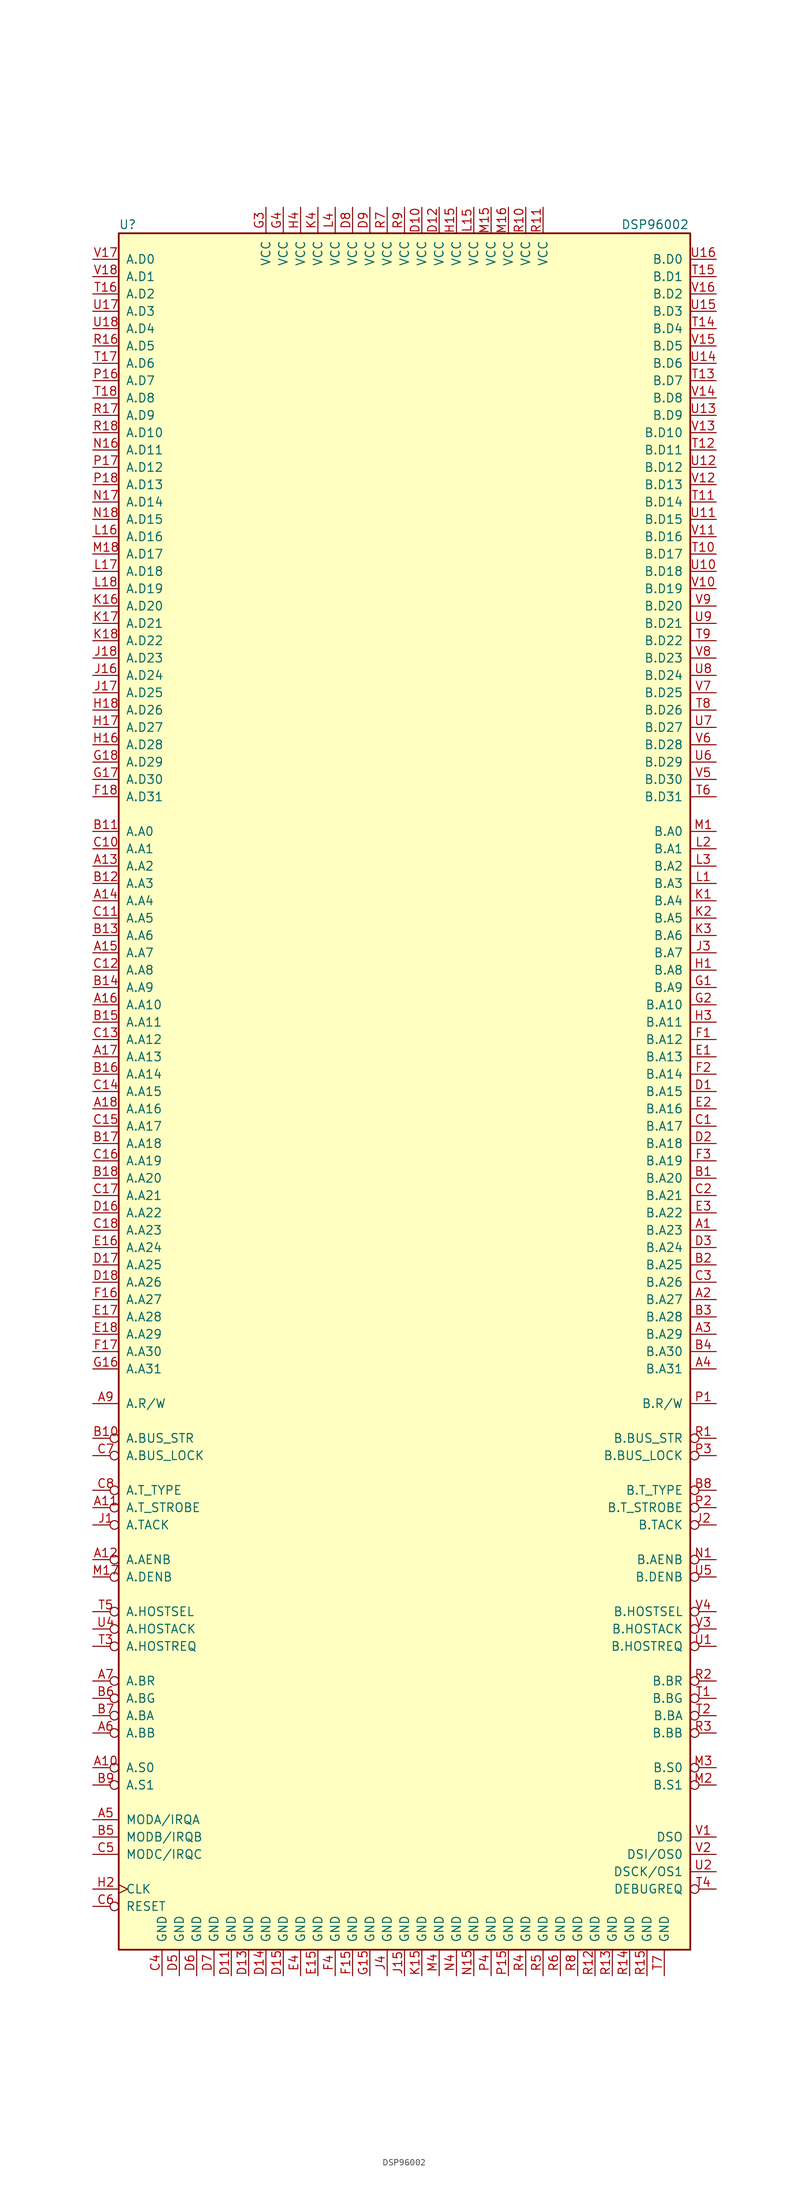
<source format=kicad_sym>
(kicad_symbol_lib
  (version 20201005)
  (generator kicad_symbol_editor)
  (symbol "DSP_Freescale:DSP96002"
    (pin_names
      (offset 1.016))
    (property "Reference" "U"
      (at -41.91 127 0)
      (effects (font (size 1.27 1.27)) (justify left)))
    (property "Value" "DSP96002"
      (at 31.75 127 0)
      (effects (font (size 1.27 1.27)) (justify left)))
    (symbol "DSP96002_0_1"
      (rectangle (start -41.91 -125.73) (end 41.91 125.73) (stroke (width 0.254)) (fill (type background))))
    (symbol "DSP96002_1_1"
      (pin tri_state line (at 45.72 -20.32 180) (length 3.81) (name "B.A23" (effects (font (size 1.27 1.27)))) (number "A1" (effects (font (size 1.27 1.27)))))
      (pin tri_state line (at 45.72 -12.7 180) (length 3.81) (name "B.A20" (effects (font (size 1.27 1.27)))) (number "B1" (effects (font (size 1.27 1.27)))))
      (pin tri_state line (at 45.72 -5.08 180) (length 3.81) (name "B.A17" (effects (font (size 1.27 1.27)))) (number "C1" (effects (font (size 1.27 1.27)))))
      (pin tri_state line (at 45.72 0 180) (length 3.81) (name "B.A15" (effects (font (size 1.27 1.27)))) (number "D1" (effects (font (size 1.27 1.27)))))
      (pin tri_state line (at 45.72 5.08 180) (length 3.81) (name "B.A13" (effects (font (size 1.27 1.27)))) (number "E1" (effects (font (size 1.27 1.27)))))
      (pin tri_state line (at 45.72 7.62 180) (length 3.81) (name "B.A12" (effects (font (size 1.27 1.27)))) (number "F1" (effects (font (size 1.27 1.27)))))
      (pin tri_state line (at 45.72 15.24 180) (length 3.81) (name "B.A9" (effects (font (size 1.27 1.27)))) (number "G1" (effects (font (size 1.27 1.27)))))
      (pin tri_state line (at 45.72 17.78 180) (length 3.81) (name "B.A8" (effects (font (size 1.27 1.27)))) (number "H1" (effects (font (size 1.27 1.27)))))
      (pin input inverted (at -45.72 -63.5 0) (length 3.81) (name "A.TACK" (effects (font (size 1.27 1.27)))) (number "J1" (effects (font (size 1.27 1.27)))))
      (pin tri_state line (at 45.72 27.94 180) (length 3.81) (name "B.A4" (effects (font (size 1.27 1.27)))) (number "K1" (effects (font (size 1.27 1.27)))))
      (pin tri_state line (at 45.72 30.48 180) (length 3.81) (name "B.A3" (effects (font (size 1.27 1.27)))) (number "L1" (effects (font (size 1.27 1.27)))))
      (pin tri_state line (at 45.72 38.1 180) (length 3.81) (name "B.A0" (effects (font (size 1.27 1.27)))) (number "M1" (effects (font (size 1.27 1.27)))))
      (pin input inverted (at 45.72 -68.58 180) (length 3.81) (name "B.AENB" (effects (font (size 1.27 1.27)))) (number "N1" (effects (font (size 1.27 1.27)))))
      (pin tri_state line (at 45.72 -45.72 180) (length 3.81) (name "B.R/W" (effects (font (size 1.27 1.27)))) (number "P1" (effects (font (size 1.27 1.27)))))
      (pin output inverted (at 45.72 -50.8 180) (length 3.81) (name "B.BUS_STR" (effects (font (size 1.27 1.27)))) (number "R1" (effects (font (size 1.27 1.27)))))
      (pin input inverted (at 45.72 -88.9 180) (length 3.81) (name "B.BG" (effects (font (size 1.27 1.27)))) (number "T1" (effects (font (size 1.27 1.27)))))
      (pin output inverted (at 45.72 -81.28 180) (length 3.81) (name "B.HOSTREQ" (effects (font (size 1.27 1.27)))) (number "U1" (effects (font (size 1.27 1.27)))))
      (pin output line (at 45.72 -109.22 180) (length 3.81) (name "DSO" (effects (font (size 1.27 1.27)))) (number "V1" (effects (font (size 1.27 1.27)))))
      (pin tri_state line (at 45.72 -30.48 180) (length 3.81) (name "B.A27" (effects (font (size 1.27 1.27)))) (number "A2" (effects (font (size 1.27 1.27)))))
      (pin tri_state line (at 45.72 -25.4 180) (length 3.81) (name "B.A25" (effects (font (size 1.27 1.27)))) (number "B2" (effects (font (size 1.27 1.27)))))
      (pin tri_state line (at 45.72 -15.24 180) (length 3.81) (name "B.A21" (effects (font (size 1.27 1.27)))) (number "C2" (effects (font (size 1.27 1.27)))))
      (pin tri_state line (at 45.72 -7.62 180) (length 3.81) (name "B.A18" (effects (font (size 1.27 1.27)))) (number "D2" (effects (font (size 1.27 1.27)))))
      (pin tri_state line (at 45.72 -2.54 180) (length 3.81) (name "B.A16" (effects (font (size 1.27 1.27)))) (number "E2" (effects (font (size 1.27 1.27)))))
      (pin tri_state line (at 45.72 2.54 180) (length 3.81) (name "B.A14" (effects (font (size 1.27 1.27)))) (number "F2" (effects (font (size 1.27 1.27)))))
      (pin tri_state line (at 45.72 12.7 180) (length 3.81) (name "B.A10" (effects (font (size 1.27 1.27)))) (number "G2" (effects (font (size 1.27 1.27)))))
      (pin input clock (at -45.72 -116.84 0) (length 3.81) (name "CLK" (effects (font (size 1.27 1.27)))) (number "H2" (effects (font (size 1.27 1.27)))))
      (pin input inverted (at 45.72 -63.5 180) (length 3.81) (name "B.TACK" (effects (font (size 1.27 1.27)))) (number "J2" (effects (font (size 1.27 1.27)))))
      (pin tri_state line (at 45.72 25.4 180) (length 3.81) (name "B.A5" (effects (font (size 1.27 1.27)))) (number "K2" (effects (font (size 1.27 1.27)))))
      (pin tri_state line (at 45.72 35.56 180) (length 3.81) (name "B.A1" (effects (font (size 1.27 1.27)))) (number "L2" (effects (font (size 1.27 1.27)))))
      (pin tri_state inverted (at 45.72 -101.6 180) (length 3.81) (name "B.S1" (effects (font (size 1.27 1.27)))) (number "M2" (effects (font (size 1.27 1.27)))))
      (pin tri_state inverted (at 45.72 -60.96 180) (length 3.81) (name "B.T_STROBE" (effects (font (size 1.27 1.27)))) (number "P2" (effects (font (size 1.27 1.27)))))
      (pin output inverted (at 45.72 -86.36 180) (length 3.81) (name "B.BR" (effects (font (size 1.27 1.27)))) (number "R2" (effects (font (size 1.27 1.27)))))
      (pin open_collector inverted (at 45.72 -91.44 180) (length 3.81) (name "B.BA" (effects (font (size 1.27 1.27)))) (number "T2" (effects (font (size 1.27 1.27)))))
      (pin bidirectional line (at 45.72 -114.3 180) (length 3.81) (name "DSCK/OS1" (effects (font (size 1.27 1.27)))) (number "U2" (effects (font (size 1.27 1.27)))))
      (pin bidirectional line (at 45.72 -111.76 180) (length 3.81) (name "DSI/OS0" (effects (font (size 1.27 1.27)))) (number "V2" (effects (font (size 1.27 1.27)))))
      (pin tri_state line (at 45.72 -35.56 180) (length 3.81) (name "B.A29" (effects (font (size 1.27 1.27)))) (number "A3" (effects (font (size 1.27 1.27)))))
      (pin tri_state line (at 45.72 -33.02 180) (length 3.81) (name "B.A28" (effects (font (size 1.27 1.27)))) (number "B3" (effects (font (size 1.27 1.27)))))
      (pin tri_state line (at 45.72 -27.94 180) (length 3.81) (name "B.A26" (effects (font (size 1.27 1.27)))) (number "C3" (effects (font (size 1.27 1.27)))))
      (pin tri_state line (at 45.72 -22.86 180) (length 3.81) (name "B.A24" (effects (font (size 1.27 1.27)))) (number "D3" (effects (font (size 1.27 1.27)))))
      (pin tri_state line (at 45.72 -17.78 180) (length 3.81) (name "B.A22" (effects (font (size 1.27 1.27)))) (number "E3" (effects (font (size 1.27 1.27)))))
      (pin tri_state line (at 45.72 -10.16 180) (length 3.81) (name "B.A19" (effects (font (size 1.27 1.27)))) (number "F3" (effects (font (size 1.27 1.27)))))
      (pin power_in line (at -20.32 129.54 270) (length 3.81) (name "VCC" (effects (font (size 1.27 1.27)))) (number "G3" (effects (font (size 1.27 1.27)))))
      (pin tri_state line (at 45.72 10.16 180) (length 3.81) (name "B.A11" (effects (font (size 1.27 1.27)))) (number "H3" (effects (font (size 1.27 1.27)))))
      (pin tri_state line (at 45.72 20.32 180) (length 3.81) (name "B.A7" (effects (font (size 1.27 1.27)))) (number "J3" (effects (font (size 1.27 1.27)))))
      (pin tri_state line (at 45.72 22.86 180) (length 3.81) (name "B.A6" (effects (font (size 1.27 1.27)))) (number "K3" (effects (font (size 1.27 1.27)))))
      (pin tri_state line (at 45.72 33.02 180) (length 3.81) (name "B.A2" (effects (font (size 1.27 1.27)))) (number "L3" (effects (font (size 1.27 1.27)))))
      (pin tri_state inverted (at 45.72 -99.06 180) (length 3.81) (name "B.S0" (effects (font (size 1.27 1.27)))) (number "M3" (effects (font (size 1.27 1.27)))))
      (pin output inverted (at 45.72 -53.34 180) (length 3.81) (name "B.BUS_LOCK" (effects (font (size 1.27 1.27)))) (number "P3" (effects (font (size 1.27 1.27)))))
      (pin input inverted (at 45.72 -93.98 180) (length 3.81) (name "B.BB" (effects (font (size 1.27 1.27)))) (number "R3" (effects (font (size 1.27 1.27)))))
      (pin output inverted (at -45.72 -81.28 0) (length 3.81) (name "A.HOSTREQ" (effects (font (size 1.27 1.27)))) (number "T3" (effects (font (size 1.27 1.27)))))
      (pin input inverted (at 45.72 -78.74 180) (length 3.81) (name "B.HOSTACK" (effects (font (size 1.27 1.27)))) (number "V3" (effects (font (size 1.27 1.27)))))
      (pin tri_state line (at 45.72 -40.64 180) (length 3.81) (name "B.A31" (effects (font (size 1.27 1.27)))) (number "A4" (effects (font (size 1.27 1.27)))))
      (pin tri_state line (at 45.72 -38.1 180) (length 3.81) (name "B.A30" (effects (font (size 1.27 1.27)))) (number "B4" (effects (font (size 1.27 1.27)))))
      (pin power_in line (at -35.56 -129.54 90) (length 3.81) (name "GND" (effects (font (size 1.27 1.27)))) (number "C4" (effects (font (size 1.27 1.27)))))
      (pin power_in line (at -15.24 -129.54 90) (length 3.81) (name "GND" (effects (font (size 1.27 1.27)))) (number "E4" (effects (font (size 1.27 1.27)))))
      (pin power_in line (at -10.16 -129.54 90) (length 3.81) (name "GND" (effects (font (size 1.27 1.27)))) (number "F4" (effects (font (size 1.27 1.27)))))
      (pin power_in line (at -17.78 129.54 270) (length 3.81) (name "VCC" (effects (font (size 1.27 1.27)))) (number "G4" (effects (font (size 1.27 1.27)))))
      (pin power_in line (at -15.24 129.54 270) (length 3.81) (name "VCC" (effects (font (size 1.27 1.27)))) (number "H4" (effects (font (size 1.27 1.27)))))
      (pin power_in line (at -2.54 -129.54 90) (length 3.81) (name "GND" (effects (font (size 1.27 1.27)))) (number "J4" (effects (font (size 1.27 1.27)))))
      (pin power_in line (at -12.7 129.54 270) (length 3.81) (name "VCC" (effects (font (size 1.27 1.27)))) (number "K4" (effects (font (size 1.27 1.27)))))
      (pin power_in line (at -10.16 129.54 270) (length 3.81) (name "VCC" (effects (font (size 1.27 1.27)))) (number "L4" (effects (font (size 1.27 1.27)))))
      (pin power_in line (at 5.08 -129.54 90) (length 3.81) (name "GND" (effects (font (size 1.27 1.27)))) (number "M4" (effects (font (size 1.27 1.27)))))
      (pin power_in line (at 7.62 -129.54 90) (length 3.81) (name "GND" (effects (font (size 1.27 1.27)))) (number "N4" (effects (font (size 1.27 1.27)))))
      (pin power_in line (at 12.7 -129.54 90) (length 3.81) (name "GND" (effects (font (size 1.27 1.27)))) (number "P4" (effects (font (size 1.27 1.27)))))
      (pin power_in line (at 17.78 -129.54 90) (length 3.81) (name "GND" (effects (font (size 1.27 1.27)))) (number "R4" (effects (font (size 1.27 1.27)))))
      (pin input inverted (at 45.72 -116.84 180) (length 3.81) (name "DEBUGREQ" (effects (font (size 1.27 1.27)))) (number "T4" (effects (font (size 1.27 1.27)))))
      (pin input inverted (at -45.72 -78.74 0) (length 3.81) (name "A.HOSTACK" (effects (font (size 1.27 1.27)))) (number "U4" (effects (font (size 1.27 1.27)))))
      (pin input inverted (at 45.72 -76.2 180) (length 3.81) (name "B.HOSTSEL" (effects (font (size 1.27 1.27)))) (number "V4" (effects (font (size 1.27 1.27)))))
      (pin input line (at -45.72 -106.68 0) (length 3.81) (name "MODA/IRQA" (effects (font (size 1.27 1.27)))) (number "A5" (effects (font (size 1.27 1.27)))))
      (pin input line (at -45.72 -109.22 0) (length 3.81) (name "MODB/IRQB" (effects (font (size 1.27 1.27)))) (number "B5" (effects (font (size 1.27 1.27)))))
      (pin input line (at -45.72 -111.76 0) (length 3.81) (name "MODC/IRQC" (effects (font (size 1.27 1.27)))) (number "C5" (effects (font (size 1.27 1.27)))))
      (pin power_in line (at -33.02 -129.54 90) (length 3.81) (name "GND" (effects (font (size 1.27 1.27)))) (number "D5" (effects (font (size 1.27 1.27)))))
      (pin power_in line (at 20.32 -129.54 90) (length 3.81) (name "GND" (effects (font (size 1.27 1.27)))) (number "R5" (effects (font (size 1.27 1.27)))))
      (pin input inverted (at -45.72 -76.2 0) (length 3.81) (name "A.HOSTSEL" (effects (font (size 1.27 1.27)))) (number "T5" (effects (font (size 1.27 1.27)))))
      (pin input inverted (at 45.72 -71.12 180) (length 3.81) (name "B.DENB" (effects (font (size 1.27 1.27)))) (number "U5" (effects (font (size 1.27 1.27)))))
      (pin tri_state line (at 45.72 45.72 180) (length 3.81) (name "B.D30" (effects (font (size 1.27 1.27)))) (number "V5" (effects (font (size 1.27 1.27)))))
      (pin input inverted (at -45.72 -93.98 0) (length 3.81) (name "A.BB" (effects (font (size 1.27 1.27)))) (number "A6" (effects (font (size 1.27 1.27)))))
      (pin input inverted (at -45.72 -88.9 0) (length 3.81) (name "A.BG" (effects (font (size 1.27 1.27)))) (number "B6" (effects (font (size 1.27 1.27)))))
      (pin input inverted (at -45.72 -119.38 0) (length 3.81) (name "RESET" (effects (font (size 1.27 1.27)))) (number "C6" (effects (font (size 1.27 1.27)))))
      (pin power_in line (at -30.48 -129.54 90) (length 3.81) (name "GND" (effects (font (size 1.27 1.27)))) (number "D6" (effects (font (size 1.27 1.27)))))
      (pin power_in line (at 22.86 -129.54 90) (length 3.81) (name "GND" (effects (font (size 1.27 1.27)))) (number "R6" (effects (font (size 1.27 1.27)))))
      (pin tri_state line (at 45.72 43.18 180) (length 3.81) (name "B.D31" (effects (font (size 1.27 1.27)))) (number "T6" (effects (font (size 1.27 1.27)))))
      (pin tri_state line (at 45.72 48.26 180) (length 3.81) (name "B.D29" (effects (font (size 1.27 1.27)))) (number "U6" (effects (font (size 1.27 1.27)))))
      (pin tri_state line (at 45.72 50.8 180) (length 3.81) (name "B.D28" (effects (font (size 1.27 1.27)))) (number "V6" (effects (font (size 1.27 1.27)))))
      (pin output inverted (at -45.72 -86.36 0) (length 3.81) (name "A.BR" (effects (font (size 1.27 1.27)))) (number "A7" (effects (font (size 1.27 1.27)))))
      (pin open_collector inverted (at -45.72 -91.44 0) (length 3.81) (name "A.BA" (effects (font (size 1.27 1.27)))) (number "B7" (effects (font (size 1.27 1.27)))))
      (pin output inverted (at -45.72 -53.34 0) (length 3.81) (name "A.BUS_LOCK" (effects (font (size 1.27 1.27)))) (number "C7" (effects (font (size 1.27 1.27)))))
      (pin power_in line (at -27.94 -129.54 90) (length 3.81) (name "GND" (effects (font (size 1.27 1.27)))) (number "D7" (effects (font (size 1.27 1.27)))))
      (pin power_in line (at -2.54 129.54 270) (length 3.81) (name "VCC" (effects (font (size 1.27 1.27)))) (number "R7" (effects (font (size 1.27 1.27)))))
      (pin power_in line (at 38.1 -129.54 90) (length 3.81) (name "GND" (effects (font (size 1.27 1.27)))) (number "T7" (effects (font (size 1.27 1.27)))))
      (pin tri_state line (at 45.72 53.34 180) (length 3.81) (name "B.D27" (effects (font (size 1.27 1.27)))) (number "U7" (effects (font (size 1.27 1.27)))))
      (pin tri_state line (at 45.72 58.42 180) (length 3.81) (name "B.D25" (effects (font (size 1.27 1.27)))) (number "V7" (effects (font (size 1.27 1.27)))))
      (pin output inverted (at 45.72 -58.42 180) (length 3.81) (name "B.T_TYPE" (effects (font (size 1.27 1.27)))) (number "B8" (effects (font (size 1.27 1.27)))))
      (pin output inverted (at -45.72 -58.42 0) (length 3.81) (name "A.T_TYPE" (effects (font (size 1.27 1.27)))) (number "C8" (effects (font (size 1.27 1.27)))))
      (pin power_in line (at -7.62 129.54 270) (length 3.81) (name "VCC" (effects (font (size 1.27 1.27)))) (number "D8" (effects (font (size 1.27 1.27)))))
      (pin power_in line (at 25.4 -129.54 90) (length 3.81) (name "GND" (effects (font (size 1.27 1.27)))) (number "R8" (effects (font (size 1.27 1.27)))))
      (pin tri_state line (at 45.72 55.88 180) (length 3.81) (name "B.D26" (effects (font (size 1.27 1.27)))) (number "T8" (effects (font (size 1.27 1.27)))))
      (pin tri_state line (at 45.72 60.96 180) (length 3.81) (name "B.D24" (effects (font (size 1.27 1.27)))) (number "U8" (effects (font (size 1.27 1.27)))))
      (pin tri_state line (at 45.72 63.5 180) (length 3.81) (name "B.D23" (effects (font (size 1.27 1.27)))) (number "V8" (effects (font (size 1.27 1.27)))))
      (pin tri_state line (at -45.72 -45.72 0) (length 3.81) (name "A.R/W" (effects (font (size 1.27 1.27)))) (number "A9" (effects (font (size 1.27 1.27)))))
      (pin tri_state inverted (at -45.72 -101.6 0) (length 3.81) (name "A.S1" (effects (font (size 1.27 1.27)))) (number "B9" (effects (font (size 1.27 1.27)))))
      (pin power_in line (at -5.08 129.54 270) (length 3.81) (name "VCC" (effects (font (size 1.27 1.27)))) (number "D9" (effects (font (size 1.27 1.27)))))
      (pin power_in line (at 0 129.54 270) (length 3.81) (name "VCC" (effects (font (size 1.27 1.27)))) (number "R9" (effects (font (size 1.27 1.27)))))
      (pin tri_state line (at 45.72 66.04 180) (length 3.81) (name "B.D22" (effects (font (size 1.27 1.27)))) (number "T9" (effects (font (size 1.27 1.27)))))
      (pin tri_state line (at 45.72 68.58 180) (length 3.81) (name "B.D21" (effects (font (size 1.27 1.27)))) (number "U9" (effects (font (size 1.27 1.27)))))
      (pin tri_state line (at 45.72 71.12 180) (length 3.81) (name "B.D20" (effects (font (size 1.27 1.27)))) (number "V9" (effects (font (size 1.27 1.27)))))
      (pin tri_state inverted (at -45.72 -99.06 0) (length 3.81) (name "A.S0" (effects (font (size 1.27 1.27)))) (number "A10" (effects (font (size 1.27 1.27)))))
      (pin output inverted (at -45.72 -50.8 0) (length 3.81) (name "A.BUS_STR" (effects (font (size 1.27 1.27)))) (number "B10" (effects (font (size 1.27 1.27)))))
      (pin tri_state line (at -45.72 35.56 0) (length 3.81) (name "A.A1" (effects (font (size 1.27 1.27)))) (number "C10" (effects (font (size 1.27 1.27)))))
      (pin power_in line (at 2.54 129.54 270) (length 3.81) (name "VCC" (effects (font (size 1.27 1.27)))) (number "D10" (effects (font (size 1.27 1.27)))))
      (pin power_in line (at 17.78 129.54 270) (length 3.81) (name "VCC" (effects (font (size 1.27 1.27)))) (number "R10" (effects (font (size 1.27 1.27)))))
      (pin tri_state line (at 45.72 78.74 180) (length 3.81) (name "B.D17" (effects (font (size 1.27 1.27)))) (number "T10" (effects (font (size 1.27 1.27)))))
      (pin tri_state line (at 45.72 76.2 180) (length 3.81) (name "B.D18" (effects (font (size 1.27 1.27)))) (number "U10" (effects (font (size 1.27 1.27)))))
      (pin tri_state line (at 45.72 73.66 180) (length 3.81) (name "B.D19" (effects (font (size 1.27 1.27)))) (number "V10" (effects (font (size 1.27 1.27)))))
      (pin tri_state inverted (at -45.72 -60.96 0) (length 3.81) (name "A.T_STROBE" (effects (font (size 1.27 1.27)))) (number "A11" (effects (font (size 1.27 1.27)))))
      (pin tri_state line (at -45.72 38.1 0) (length 3.81) (name "A.A0" (effects (font (size 1.27 1.27)))) (number "B11" (effects (font (size 1.27 1.27)))))
      (pin tri_state line (at -45.72 25.4 0) (length 3.81) (name "A.A5" (effects (font (size 1.27 1.27)))) (number "C11" (effects (font (size 1.27 1.27)))))
      (pin power_in line (at -25.4 -129.54 90) (length 3.81) (name "GND" (effects (font (size 1.27 1.27)))) (number "D11" (effects (font (size 1.27 1.27)))))
      (pin power_in line (at 20.32 129.54 270) (length 3.81) (name "VCC" (effects (font (size 1.27 1.27)))) (number "R11" (effects (font (size 1.27 1.27)))))
      (pin tri_state line (at 45.72 86.36 180) (length 3.81) (name "B.D14" (effects (font (size 1.27 1.27)))) (number "T11" (effects (font (size 1.27 1.27)))))
      (pin tri_state line (at 45.72 83.82 180) (length 3.81) (name "B.D15" (effects (font (size 1.27 1.27)))) (number "U11" (effects (font (size 1.27 1.27)))))
      (pin tri_state line (at 45.72 81.28 180) (length 3.81) (name "B.D16" (effects (font (size 1.27 1.27)))) (number "V11" (effects (font (size 1.27 1.27)))))
      (pin input inverted (at -45.72 -68.58 0) (length 3.81) (name "A.AENB" (effects (font (size 1.27 1.27)))) (number "A12" (effects (font (size 1.27 1.27)))))
      (pin tri_state line (at -45.72 30.48 0) (length 3.81) (name "A.A3" (effects (font (size 1.27 1.27)))) (number "B12" (effects (font (size 1.27 1.27)))))
      (pin tri_state line (at -45.72 17.78 0) (length 3.81) (name "A.A8" (effects (font (size 1.27 1.27)))) (number "C12" (effects (font (size 1.27 1.27)))))
      (pin power_in line (at 5.08 129.54 270) (length 3.81) (name "VCC" (effects (font (size 1.27 1.27)))) (number "D12" (effects (font (size 1.27 1.27)))))
      (pin power_in line (at 27.94 -129.54 90) (length 3.81) (name "GND" (effects (font (size 1.27 1.27)))) (number "R12" (effects (font (size 1.27 1.27)))))
      (pin tri_state line (at 45.72 93.98 180) (length 3.81) (name "B.D11" (effects (font (size 1.27 1.27)))) (number "T12" (effects (font (size 1.27 1.27)))))
      (pin tri_state line (at 45.72 91.44 180) (length 3.81) (name "B.D12" (effects (font (size 1.27 1.27)))) (number "U12" (effects (font (size 1.27 1.27)))))
      (pin tri_state line (at 45.72 88.9 180) (length 3.81) (name "B.D13" (effects (font (size 1.27 1.27)))) (number "V12" (effects (font (size 1.27 1.27)))))
      (pin tri_state line (at -45.72 33.02 0) (length 3.81) (name "A.A2" (effects (font (size 1.27 1.27)))) (number "A13" (effects (font (size 1.27 1.27)))))
      (pin tri_state line (at -45.72 22.86 0) (length 3.81) (name "A.A6" (effects (font (size 1.27 1.27)))) (number "B13" (effects (font (size 1.27 1.27)))))
      (pin tri_state line (at -45.72 7.62 0) (length 3.81) (name "A.A12" (effects (font (size 1.27 1.27)))) (number "C13" (effects (font (size 1.27 1.27)))))
      (pin power_in line (at -22.86 -129.54 90) (length 3.81) (name "GND" (effects (font (size 1.27 1.27)))) (number "D13" (effects (font (size 1.27 1.27)))))
      (pin power_in line (at 30.48 -129.54 90) (length 3.81) (name "GND" (effects (font (size 1.27 1.27)))) (number "R13" (effects (font (size 1.27 1.27)))))
      (pin tri_state line (at 45.72 104.14 180) (length 3.81) (name "B.D7" (effects (font (size 1.27 1.27)))) (number "T13" (effects (font (size 1.27 1.27)))))
      (pin tri_state line (at 45.72 99.06 180) (length 3.81) (name "B.D9" (effects (font (size 1.27 1.27)))) (number "U13" (effects (font (size 1.27 1.27)))))
      (pin tri_state line (at 45.72 96.52 180) (length 3.81) (name "B.D10" (effects (font (size 1.27 1.27)))) (number "V13" (effects (font (size 1.27 1.27)))))
      (pin tri_state line (at -45.72 27.94 0) (length 3.81) (name "A.A4" (effects (font (size 1.27 1.27)))) (number "A14" (effects (font (size 1.27 1.27)))))
      (pin tri_state line (at -45.72 15.24 0) (length 3.81) (name "A.A9" (effects (font (size 1.27 1.27)))) (number "B14" (effects (font (size 1.27 1.27)))))
      (pin tri_state line (at -45.72 0 0) (length 3.81) (name "A.A15" (effects (font (size 1.27 1.27)))) (number "C14" (effects (font (size 1.27 1.27)))))
      (pin power_in line (at -20.32 -129.54 90) (length 3.81) (name "GND" (effects (font (size 1.27 1.27)))) (number "D14" (effects (font (size 1.27 1.27)))))
      (pin power_in line (at 33.02 -129.54 90) (length 3.81) (name "GND" (effects (font (size 1.27 1.27)))) (number "R14" (effects (font (size 1.27 1.27)))))
      (pin tri_state line (at 45.72 111.76 180) (length 3.81) (name "B.D4" (effects (font (size 1.27 1.27)))) (number "T14" (effects (font (size 1.27 1.27)))))
      (pin tri_state line (at 45.72 106.68 180) (length 3.81) (name "B.D6" (effects (font (size 1.27 1.27)))) (number "U14" (effects (font (size 1.27 1.27)))))
      (pin tri_state line (at 45.72 101.6 180) (length 3.81) (name "B.D8" (effects (font (size 1.27 1.27)))) (number "V14" (effects (font (size 1.27 1.27)))))
      (pin tri_state line (at -45.72 20.32 0) (length 3.81) (name "A.A7" (effects (font (size 1.27 1.27)))) (number "A15" (effects (font (size 1.27 1.27)))))
      (pin tri_state line (at -45.72 10.16 0) (length 3.81) (name "A.A11" (effects (font (size 1.27 1.27)))) (number "B15" (effects (font (size 1.27 1.27)))))
      (pin tri_state line (at -45.72 -5.08 0) (length 3.81) (name "A.A17" (effects (font (size 1.27 1.27)))) (number "C15" (effects (font (size 1.27 1.27)))))
      (pin power_in line (at -17.78 -129.54 90) (length 3.81) (name "GND" (effects (font (size 1.27 1.27)))) (number "D15" (effects (font (size 1.27 1.27)))))
      (pin power_in line (at -12.7 -129.54 90) (length 3.81) (name "GND" (effects (font (size 1.27 1.27)))) (number "E15" (effects (font (size 1.27 1.27)))))
      (pin power_in line (at -7.62 -129.54 90) (length 3.81) (name "GND" (effects (font (size 1.27 1.27)))) (number "F15" (effects (font (size 1.27 1.27)))))
      (pin power_in line (at -5.08 -129.54 90) (length 3.81) (name "GND" (effects (font (size 1.27 1.27)))) (number "G15" (effects (font (size 1.27 1.27)))))
      (pin power_in line (at 7.62 129.54 270) (length 3.81) (name "VCC" (effects (font (size 1.27 1.27)))) (number "H15" (effects (font (size 1.27 1.27)))))
      (pin power_in line (at 0 -129.54 90) (length 3.81) (name "GND" (effects (font (size 1.27 1.27)))) (number "J15" (effects (font (size 1.27 1.27)))))
      (pin power_in line (at 2.54 -129.54 90) (length 3.81) (name "GND" (effects (font (size 1.27 1.27)))) (number "K15" (effects (font (size 1.27 1.27)))))
      (pin power_in line (at 10.16 129.54 270) (length 3.81) (name "VCC" (effects (font (size 1.27 1.27)))) (number "L15" (effects (font (size 1.27 1.27)))))
      (pin power_in line (at 12.7 129.54 270) (length 3.81) (name "VCC" (effects (font (size 1.27 1.27)))) (number "M15" (effects (font (size 1.27 1.27)))))
      (pin power_in line (at 10.16 -129.54 90) (length 3.81) (name "GND" (effects (font (size 1.27 1.27)))) (number "N15" (effects (font (size 1.27 1.27)))))
      (pin power_in line (at 15.24 -129.54 90) (length 3.81) (name "GND" (effects (font (size 1.27 1.27)))) (number "P15" (effects (font (size 1.27 1.27)))))
      (pin power_in line (at 35.56 -129.54 90) (length 3.81) (name "GND" (effects (font (size 1.27 1.27)))) (number "R15" (effects (font (size 1.27 1.27)))))
      (pin tri_state line (at 45.72 119.38 180) (length 3.81) (name "B.D1" (effects (font (size 1.27 1.27)))) (number "T15" (effects (font (size 1.27 1.27)))))
      (pin tri_state line (at 45.72 114.3 180) (length 3.81) (name "B.D3" (effects (font (size 1.27 1.27)))) (number "U15" (effects (font (size 1.27 1.27)))))
      (pin tri_state line (at 45.72 109.22 180) (length 3.81) (name "B.D5" (effects (font (size 1.27 1.27)))) (number "V15" (effects (font (size 1.27 1.27)))))
      (pin tri_state line (at -45.72 12.7 0) (length 3.81) (name "A.A10" (effects (font (size 1.27 1.27)))) (number "A16" (effects (font (size 1.27 1.27)))))
      (pin tri_state line (at -45.72 2.54 0) (length 3.81) (name "A.A14" (effects (font (size 1.27 1.27)))) (number "B16" (effects (font (size 1.27 1.27)))))
      (pin tri_state line (at -45.72 -10.16 0) (length 3.81) (name "A.A19" (effects (font (size 1.27 1.27)))) (number "C16" (effects (font (size 1.27 1.27)))))
      (pin tri_state line (at -45.72 -17.78 0) (length 3.81) (name "A.A22" (effects (font (size 1.27 1.27)))) (number "D16" (effects (font (size 1.27 1.27)))))
      (pin tri_state line (at -45.72 -22.86 0) (length 3.81) (name "A.A24" (effects (font (size 1.27 1.27)))) (number "E16" (effects (font (size 1.27 1.27)))))
      (pin tri_state line (at -45.72 -30.48 0) (length 3.81) (name "A.A27" (effects (font (size 1.27 1.27)))) (number "F16" (effects (font (size 1.27 1.27)))))
      (pin tri_state line (at -45.72 -40.64 0) (length 3.81) (name "A.A31" (effects (font (size 1.27 1.27)))) (number "G16" (effects (font (size 1.27 1.27)))))
      (pin tri_state line (at -45.72 50.8 0) (length 3.81) (name "A.D28" (effects (font (size 1.27 1.27)))) (number "H16" (effects (font (size 1.27 1.27)))))
      (pin tri_state line (at -45.72 60.96 0) (length 3.81) (name "A.D24" (effects (font (size 1.27 1.27)))) (number "J16" (effects (font (size 1.27 1.27)))))
      (pin tri_state line (at -45.72 71.12 0) (length 3.81) (name "A.D20" (effects (font (size 1.27 1.27)))) (number "K16" (effects (font (size 1.27 1.27)))))
      (pin tri_state line (at -45.72 81.28 0) (length 3.81) (name "A.D16" (effects (font (size 1.27 1.27)))) (number "L16" (effects (font (size 1.27 1.27)))))
      (pin power_in line (at 15.24 129.54 270) (length 3.81) (name "VCC" (effects (font (size 1.27 1.27)))) (number "M16" (effects (font (size 1.27 1.27)))))
      (pin tri_state line (at -45.72 93.98 0) (length 3.81) (name "A.D11" (effects (font (size 1.27 1.27)))) (number "N16" (effects (font (size 1.27 1.27)))))
      (pin tri_state line (at -45.72 104.14 0) (length 3.81) (name "A.D7" (effects (font (size 1.27 1.27)))) (number "P16" (effects (font (size 1.27 1.27)))))
      (pin tri_state line (at -45.72 109.22 0) (length 3.81) (name "A.D5" (effects (font (size 1.27 1.27)))) (number "R16" (effects (font (size 1.27 1.27)))))
      (pin tri_state line (at -45.72 116.84 0) (length 3.81) (name "A.D2" (effects (font (size 1.27 1.27)))) (number "T16" (effects (font (size 1.27 1.27)))))
      (pin tri_state line (at 45.72 121.92 180) (length 3.81) (name "B.D0" (effects (font (size 1.27 1.27)))) (number "U16" (effects (font (size 1.27 1.27)))))
      (pin tri_state line (at 45.72 116.84 180) (length 3.81) (name "B.D2" (effects (font (size 1.27 1.27)))) (number "V16" (effects (font (size 1.27 1.27)))))
      (pin tri_state line (at -45.72 5.08 0) (length 3.81) (name "A.A13" (effects (font (size 1.27 1.27)))) (number "A17" (effects (font (size 1.27 1.27)))))
      (pin tri_state line (at -45.72 -7.62 0) (length 3.81) (name "A.A18" (effects (font (size 1.27 1.27)))) (number "B17" (effects (font (size 1.27 1.27)))))
      (pin tri_state line (at -45.72 -15.24 0) (length 3.81) (name "A.A21" (effects (font (size 1.27 1.27)))) (number "C17" (effects (font (size 1.27 1.27)))))
      (pin tri_state line (at -45.72 -25.4 0) (length 3.81) (name "A.A25" (effects (font (size 1.27 1.27)))) (number "D17" (effects (font (size 1.27 1.27)))))
      (pin tri_state line (at -45.72 -33.02 0) (length 3.81) (name "A.A28" (effects (font (size 1.27 1.27)))) (number "E17" (effects (font (size 1.27 1.27)))))
      (pin tri_state line (at -45.72 -38.1 0) (length 3.81) (name "A.A30" (effects (font (size 1.27 1.27)))) (number "F17" (effects (font (size 1.27 1.27)))))
      (pin tri_state line (at -45.72 45.72 0) (length 3.81) (name "A.D30" (effects (font (size 1.27 1.27)))) (number "G17" (effects (font (size 1.27 1.27)))))
      (pin tri_state line (at -45.72 53.34 0) (length 3.81) (name "A.D27" (effects (font (size 1.27 1.27)))) (number "H17" (effects (font (size 1.27 1.27)))))
      (pin tri_state line (at -45.72 58.42 0) (length 3.81) (name "A.D25" (effects (font (size 1.27 1.27)))) (number "J17" (effects (font (size 1.27 1.27)))))
      (pin tri_state line (at -45.72 68.58 0) (length 3.81) (name "A.D21" (effects (font (size 1.27 1.27)))) (number "K17" (effects (font (size 1.27 1.27)))))
      (pin tri_state line (at -45.72 76.2 0) (length 3.81) (name "A.D18" (effects (font (size 1.27 1.27)))) (number "L17" (effects (font (size 1.27 1.27)))))
      (pin input inverted (at -45.72 -71.12 0) (length 3.81) (name "A.DENB" (effects (font (size 1.27 1.27)))) (number "M17" (effects (font (size 1.27 1.27)))))
      (pin tri_state line (at -45.72 86.36 0) (length 3.81) (name "A.D14" (effects (font (size 1.27 1.27)))) (number "N17" (effects (font (size 1.27 1.27)))))
      (pin tri_state line (at -45.72 91.44 0) (length 3.81) (name "A.D12" (effects (font (size 1.27 1.27)))) (number "P17" (effects (font (size 1.27 1.27)))))
      (pin tri_state line (at -45.72 99.06 0) (length 3.81) (name "A.D9" (effects (font (size 1.27 1.27)))) (number "R17" (effects (font (size 1.27 1.27)))))
      (pin tri_state line (at -45.72 106.68 0) (length 3.81) (name "A.D6" (effects (font (size 1.27 1.27)))) (number "T17" (effects (font (size 1.27 1.27)))))
      (pin tri_state line (at -45.72 114.3 0) (length 3.81) (name "A.D3" (effects (font (size 1.27 1.27)))) (number "U17" (effects (font (size 1.27 1.27)))))
      (pin tri_state line (at -45.72 121.92 0) (length 3.81) (name "A.D0" (effects (font (size 1.27 1.27)))) (number "V17" (effects (font (size 1.27 1.27)))))
      (pin tri_state line (at -45.72 -2.54 0) (length 3.81) (name "A.A16" (effects (font (size 1.27 1.27)))) (number "A18" (effects (font (size 1.27 1.27)))))
      (pin tri_state line (at -45.72 -12.7 0) (length 3.81) (name "A.A20" (effects (font (size 1.27 1.27)))) (number "B18" (effects (font (size 1.27 1.27)))))
      (pin tri_state line (at -45.72 -20.32 0) (length 3.81) (name "A.A23" (effects (font (size 1.27 1.27)))) (number "C18" (effects (font (size 1.27 1.27)))))
      (pin tri_state line (at -45.72 -27.94 0) (length 3.81) (name "A.A26" (effects (font (size 1.27 1.27)))) (number "D18" (effects (font (size 1.27 1.27)))))
      (pin tri_state line (at -45.72 -35.56 0) (length 3.81) (name "A.A29" (effects (font (size 1.27 1.27)))) (number "E18" (effects (font (size 1.27 1.27)))))
      (pin tri_state line (at -45.72 43.18 0) (length 3.81) (name "A.D31" (effects (font (size 1.27 1.27)))) (number "F18" (effects (font (size 1.27 1.27)))))
      (pin tri_state line (at -45.72 48.26 0) (length 3.81) (name "A.D29" (effects (font (size 1.27 1.27)))) (number "G18" (effects (font (size 1.27 1.27)))))
      (pin tri_state line (at -45.72 55.88 0) (length 3.81) (name "A.D26" (effects (font (size 1.27 1.27)))) (number "H18" (effects (font (size 1.27 1.27)))))
      (pin tri_state line (at -45.72 63.5 0) (length 3.81) (name "A.D23" (effects (font (size 1.27 1.27)))) (number "J18" (effects (font (size 1.27 1.27)))))
      (pin tri_state line (at -45.72 66.04 0) (length 3.81) (name "A.D22" (effects (font (size 1.27 1.27)))) (number "K18" (effects (font (size 1.27 1.27)))))
      (pin tri_state line (at -45.72 73.66 0) (length 3.81) (name "A.D19" (effects (font (size 1.27 1.27)))) (number "L18" (effects (font (size 1.27 1.27)))))
      (pin tri_state line (at -45.72 78.74 0) (length 3.81) (name "A.D17" (effects (font (size 1.27 1.27)))) (number "M18" (effects (font (size 1.27 1.27)))))
      (pin tri_state line (at -45.72 83.82 0) (length 3.81) (name "A.D15" (effects (font (size 1.27 1.27)))) (number "N18" (effects (font (size 1.27 1.27)))))
      (pin tri_state line (at -45.72 88.9 0) (length 3.81) (name "A.D13" (effects (font (size 1.27 1.27)))) (number "P18" (effects (font (size 1.27 1.27)))))
      (pin tri_state line (at -45.72 96.52 0) (length 3.81) (name "A.D10" (effects (font (size 1.27 1.27)))) (number "R18" (effects (font (size 1.27 1.27)))))
      (pin tri_state line (at -45.72 101.6 0) (length 3.81) (name "A.D8" (effects (font (size 1.27 1.27)))) (number "T18" (effects (font (size 1.27 1.27)))))
      (pin tri_state line (at -45.72 111.76 0) (length 3.81) (name "A.D4" (effects (font (size 1.27 1.27)))) (number "U18" (effects (font (size 1.27 1.27)))))
      (pin tri_state line (at -45.72 119.38 0) (length 3.81) (name "A.D1" (effects (font (size 1.27 1.27)))) (number "V18" (effects (font (size 1.27 1.27))))))))
</source>
